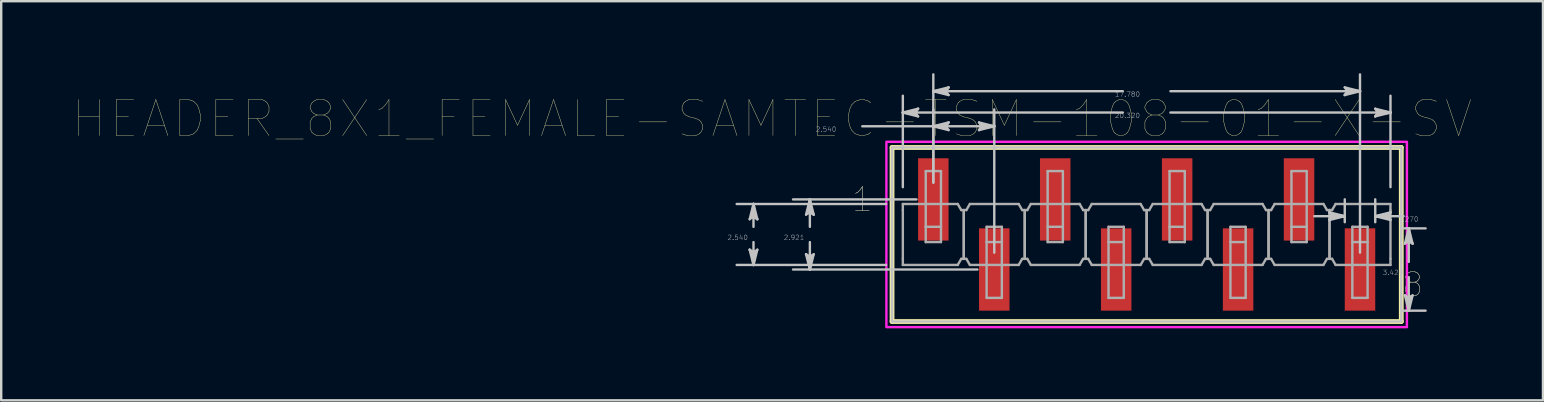
<source format=kicad_pcb>
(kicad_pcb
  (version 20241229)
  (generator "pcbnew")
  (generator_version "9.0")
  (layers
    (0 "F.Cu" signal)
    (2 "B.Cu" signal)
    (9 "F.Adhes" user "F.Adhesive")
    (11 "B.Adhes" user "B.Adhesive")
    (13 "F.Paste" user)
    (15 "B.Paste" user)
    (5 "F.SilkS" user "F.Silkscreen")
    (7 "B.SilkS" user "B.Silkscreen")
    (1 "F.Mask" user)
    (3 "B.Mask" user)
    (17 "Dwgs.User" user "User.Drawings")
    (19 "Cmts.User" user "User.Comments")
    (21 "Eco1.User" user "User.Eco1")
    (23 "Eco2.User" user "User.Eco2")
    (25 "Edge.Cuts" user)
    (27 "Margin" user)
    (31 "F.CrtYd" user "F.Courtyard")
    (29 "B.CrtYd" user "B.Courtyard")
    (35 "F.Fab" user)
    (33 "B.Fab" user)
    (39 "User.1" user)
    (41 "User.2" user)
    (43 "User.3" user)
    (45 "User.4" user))
  (footprint "HEADER_8X1_FEMALE-SAMTEC-TSM-108-01-X-SV"
    (layer "F.Cu")
    (at 44.731 6.72)
    (property "Reference" "HEADER_8X1_FEMALE-SAMTEC-TSM-108-01-X-SV" (at -15.608 -4.814 0) (layer "F.SilkS") (effects (font (size 1.5 1.5) (thickness 0.015))))
    (attr through_hole)
    (fp_poly (pts (xy -9.576 -3.226) (xy -8.204 -3.226) (xy -8.204 0.306) (xy -9.576 0.306)) (stroke (width 0.01) (type solid)) (fill yes) (layer "F.Mask"))
    (fp_poly (pts (xy -7.036 -0.306) (xy -5.664 -0.306) (xy -5.664 3.226) (xy -7.036 3.226)) (stroke (width 0.01) (type solid)) (fill yes) (layer "F.Mask"))
    (fp_poly (pts (xy -4.496 -3.226) (xy -3.124 -3.226) (xy -3.124 0.306) (xy -4.496 0.306)) (stroke (width 0.01) (type solid)) (fill yes) (layer "F.Mask"))
    (fp_poly (pts (xy -1.956 -0.306) (xy -0.584 -0.306) (xy -0.584 3.226) (xy -1.956 3.226)) (stroke (width 0.01) (type solid)) (fill yes) (layer "F.Mask"))
    (fp_poly (pts (xy 0.584 -3.226) (xy 1.956 -3.226) (xy 1.956 0.306) (xy 0.584 0.306)) (stroke (width 0.01) (type solid)) (fill yes) (layer "F.Mask"))
    (fp_poly (pts (xy 3.124 -0.306) (xy 4.496 -0.306) (xy 4.496 3.226) (xy 3.124 3.226)) (stroke (width 0.01) (type solid)) (fill yes) (layer "F.Mask"))
    (fp_poly (pts (xy 5.664 -3.226) (xy 7.036 -3.226) (xy 7.036 0.306) (xy 5.664 0.306)) (stroke (width 0.01) (type solid)) (fill yes) (layer "F.Mask"))
    (fp_poly (pts (xy 8.204 -0.306) (xy 9.576 -0.306) (xy 9.576 3.226) (xy 8.204 3.226)) (stroke (width 0.01) (type solid)) (fill yes) (layer "F.Mask"))
    (fp_line (start -10.61 -3.626) (end -10.61 3.627) (stroke (width 0.2) (type solid)) (layer "F.SilkS"))
    (fp_line (start -10.61 3.627) (end 10.61 3.627) (stroke (width 0.2) (type solid)) (layer "F.SilkS"))
    (fp_line (start 10.61 -3.626) (end -10.61 -3.626) (stroke (width 0.2) (type solid)) (layer "F.SilkS"))
    (fp_line (start 10.61 3.627) (end 10.61 -3.626) (stroke (width 0.2) (type solid)) (layer "F.SilkS"))
    (fp_poly (pts (xy -9.525 -3.175) (xy -8.255 -3.175) (xy -8.255 0.255) (xy -9.525 0.255)) (stroke (width 0.01) (type solid)) (fill yes) (layer "F.Paste"))
    (fp_poly (pts (xy -6.985 -0.255) (xy -5.715 -0.255) (xy -5.715 3.175) (xy -6.985 3.175)) (stroke (width 0.01) (type solid)) (fill yes) (layer "F.Paste"))
    (fp_poly (pts (xy -4.445 -3.175) (xy -3.175 -3.175) (xy -3.175 0.255) (xy -4.445 0.255)) (stroke (width 0.01) (type solid)) (fill yes) (layer "F.Paste"))
    (fp_poly (pts (xy -1.905 -0.255) (xy -0.635 -0.255) (xy -0.635 3.175) (xy -1.905 3.175)) (stroke (width 0.01) (type solid)) (fill yes) (layer "F.Paste"))
    (fp_poly (pts (xy 0.635 -3.175) (xy 1.905 -3.175) (xy 1.905 0.255) (xy 0.635 0.255)) (stroke (width 0.01) (type solid)) (fill yes) (layer "F.Paste"))
    (fp_poly (pts (xy 3.175 -0.255) (xy 4.445 -0.255) (xy 4.445 3.175) (xy 3.175 3.175)) (stroke (width 0.01) (type solid)) (fill yes) (layer "F.Paste"))
    (fp_poly (pts (xy 5.715 -3.175) (xy 6.985 -3.175) (xy 6.985 0.255) (xy 5.715 0.255)) (stroke (width 0.01) (type solid)) (fill yes) (layer "F.Paste"))
    (fp_poly (pts (xy 8.255 -0.255) (xy 9.525 -0.255) (xy 9.525 3.175) (xy 8.255 3.175)) (stroke (width 0.01) (type solid)) (fill yes) (layer "F.Paste"))
    (fp_line (start -16.542 -0.635) (end -16.383 -0.762) (stroke (width 0.1) (type solid)) (layer "Dwgs.User"))
    (fp_line (start -16.542 0.635) (end -16.383 1.27) (stroke (width 0.1) (type solid)) (layer "Dwgs.User"))
    (fp_line (start -16.462 -0.698) (end -16.383 -0.762) (stroke (width 0.1) (type solid)) (layer "Dwgs.User"))
    (fp_line (start -16.462 0.698) (end -16.542 0.635) (stroke (width 0.1) (type solid)) (layer "Dwgs.User"))
    (fp_line (start -16.383 -1.27) (end -16.542 -0.635) (stroke (width 0.1) (type solid)) (layer "Dwgs.User"))
    (fp_line (start -16.383 -1.27) (end -16.462 -0.698) (stroke (width 0.1) (type solid)) (layer "Dwgs.User"))
    (fp_line (start -16.383 -1.27) (end -16.304 -0.698) (stroke (width 0.1) (type solid)) (layer "Dwgs.User"))
    (fp_line (start -16.383 -0.762) (end -16.383 -1.27) (stroke (width 0.1) (type solid)) (layer "Dwgs.User"))
    (fp_line (start -16.383 -0.762) (end -16.224 -0.635) (stroke (width 0.1) (type solid)) (layer "Dwgs.User"))
    (fp_line (start -16.383 -0.318) (end -16.383 -1.27) (stroke (width 0.1) (type solid)) (layer "Dwgs.User"))
    (fp_line (start -16.383 0.318) (end -16.383 1.27) (stroke (width 0.1) (type solid)) (layer "Dwgs.User"))
    (fp_line (start -16.383 0.762) (end -16.542 0.635) (stroke (width 0.1) (type solid)) (layer "Dwgs.User"))
    (fp_line (start -16.383 0.762) (end -16.383 1.27) (stroke (width 0.1) (type solid)) (layer "Dwgs.User"))
    (fp_line (start -16.383 1.27) (end -16.462 0.698) (stroke (width 0.1) (type solid)) (layer "Dwgs.User"))
    (fp_line (start -16.383 1.27) (end -16.304 0.698) (stroke (width 0.1) (type solid)) (layer "Dwgs.User"))
    (fp_line (start -16.383 1.27) (end -16.224 0.635) (stroke (width 0.1) (type solid)) (layer "Dwgs.User"))
    (fp_line (start -16.304 -0.698) (end -16.224 -0.635) (stroke (width 0.1) (type solid)) (layer "Dwgs.User"))
    (fp_line (start -16.304 0.698) (end -16.383 0.762) (stroke (width 0.1) (type solid)) (layer "Dwgs.User"))
    (fp_line (start -16.224 -0.635) (end -16.383 -1.27) (stroke (width 0.1) (type solid)) (layer "Dwgs.User"))
    (fp_line (start -16.224 0.635) (end -16.383 0.762) (stroke (width 0.1) (type solid)) (layer "Dwgs.User"))
    (fp_line (start -14.192 -0.826) (end -14.034 -0.952) (stroke (width 0.1) (type solid)) (layer "Dwgs.User"))
    (fp_line (start -14.192 0.826) (end -14.034 1.46) (stroke (width 0.1) (type solid)) (layer "Dwgs.User"))
    (fp_line (start -14.113 -0.889) (end -14.034 -0.952) (stroke (width 0.1) (type solid)) (layer "Dwgs.User"))
    (fp_line (start -14.113 0.889) (end -14.192 0.826) (stroke (width 0.1) (type solid)) (layer "Dwgs.User"))
    (fp_line (start -14.034 -1.46) (end -14.192 -0.826) (stroke (width 0.1) (type solid)) (layer "Dwgs.User"))
    (fp_line (start -14.034 -1.46) (end -14.113 -0.889) (stroke (width 0.1) (type solid)) (layer "Dwgs.User"))
    (fp_line (start -14.034 -1.46) (end -13.954 -0.889) (stroke (width 0.1) (type solid)) (layer "Dwgs.User"))
    (fp_line (start -14.034 -0.952) (end -14.034 -1.46) (stroke (width 0.1) (type solid)) (layer "Dwgs.User"))
    (fp_line (start -14.034 -0.952) (end -13.875 -0.826) (stroke (width 0.1) (type solid)) (layer "Dwgs.User"))
    (fp_line (start -14.034 -0.318) (end -14.034 -1.46) (stroke (width 0.1) (type solid)) (layer "Dwgs.User"))
    (fp_line (start -14.034 0.318) (end -14.034 1.46) (stroke (width 0.1) (type solid)) (layer "Dwgs.User"))
    (fp_line (start -14.034 0.952) (end -14.192 0.826) (stroke (width 0.1) (type solid)) (layer "Dwgs.User"))
    (fp_line (start -14.034 0.952) (end -14.034 1.46) (stroke (width 0.1) (type solid)) (layer "Dwgs.User"))
    (fp_line (start -14.034 1.46) (end -14.113 0.889) (stroke (width 0.1) (type solid)) (layer "Dwgs.User"))
    (fp_line (start -14.034 1.46) (end -13.954 0.889) (stroke (width 0.1) (type solid)) (layer "Dwgs.User"))
    (fp_line (start -14.034 1.46) (end -13.875 0.826) (stroke (width 0.1) (type solid)) (layer "Dwgs.User"))
    (fp_line (start -13.954 -0.889) (end -13.875 -0.826) (stroke (width 0.1) (type solid)) (layer "Dwgs.User"))
    (fp_line (start -13.954 0.889) (end -14.034 0.952) (stroke (width 0.1) (type solid)) (layer "Dwgs.User"))
    (fp_line (start -13.875 -0.826) (end -14.034 -1.46) (stroke (width 0.1) (type solid)) (layer "Dwgs.User"))
    (fp_line (start -13.875 0.826) (end -14.034 0.952) (stroke (width 0.1) (type solid)) (layer "Dwgs.User"))
    (fp_line (start -11.849 -4.508) (end -8.89 -4.508) (stroke (width 0.1) (type solid)) (layer "Dwgs.User"))
    (fp_line (start -10.861 -1.27) (end -17.084 -1.27) (stroke (width 0.1) (type solid)) (layer "Dwgs.User"))
    (fp_line (start -10.861 1.27) (end -17.084 1.27) (stroke (width 0.1) (type solid)) (layer "Dwgs.User"))
    (fp_line (start -10.61 -3.626) (end -10.61 3.627) (stroke (width 0.1) (type solid)) (layer "Dwgs.User"))
    (fp_line (start -10.61 3.627) (end 10.61 3.627) (stroke (width 0.1) (type solid)) (layer "Dwgs.User"))
    (fp_line (start -10.16 -5.08) (end -9.588 -5.159) (stroke (width 0.1) (type solid)) (layer "Dwgs.User"))
    (fp_line (start -10.16 -5.08) (end -9.588 -5.001) (stroke (width 0.1) (type solid)) (layer "Dwgs.User"))
    (fp_line (start -10.16 -5.08) (end -9.525 -4.921) (stroke (width 0.1) (type solid)) (layer "Dwgs.User"))
    (fp_line (start -10.16 -1.971) (end -10.16 -5.781) (stroke (width 0.1) (type solid)) (layer "Dwgs.User"))
    (fp_line (start -9.652 -5.08) (end -10.16 -5.08) (stroke (width 0.1) (type solid)) (layer "Dwgs.User"))
    (fp_line (start -9.652 -5.08) (end -9.525 -5.239) (stroke (width 0.1) (type solid)) (layer "Dwgs.User"))
    (fp_line (start -9.591 -1.46) (end -14.735 -1.46) (stroke (width 0.1) (type solid)) (layer "Dwgs.User"))
    (fp_line (start -9.588 -5.159) (end -9.525 -5.239) (stroke (width 0.1) (type solid)) (layer "Dwgs.User"))
    (fp_line (start -9.588 -5.001) (end -9.652 -5.08) (stroke (width 0.1) (type solid)) (layer "Dwgs.User"))
    (fp_line (start -9.525 -5.239) (end -10.16 -5.08) (stroke (width 0.1) (type solid)) (layer "Dwgs.User"))
    (fp_line (start -9.525 -4.921) (end -9.652 -5.08) (stroke (width 0.1) (type solid)) (layer "Dwgs.User"))
    (fp_line (start -8.89 -5.969) (end -8.318 -6.048) (stroke (width 0.1) (type solid)) (layer "Dwgs.User"))
    (fp_line (start -8.89 -5.969) (end -8.318 -5.89) (stroke (width 0.1) (type solid)) (layer "Dwgs.User"))
    (fp_line (start -8.89 -5.969) (end -8.255 -5.81) (stroke (width 0.1) (type solid)) (layer "Dwgs.User"))
    (fp_line (start -8.89 -4.508) (end -8.318 -4.588) (stroke (width 0.1) (type solid)) (layer "Dwgs.User"))
    (fp_line (start -8.89 -4.508) (end -8.318 -4.429) (stroke (width 0.1) (type solid)) (layer "Dwgs.User"))
    (fp_line (start -8.89 -4.508) (end -8.255 -4.35) (stroke (width 0.1) (type solid)) (layer "Dwgs.User"))
    (fp_line (start -8.89 -4.508) (end -6.35 -4.508) (stroke (width 0.1) (type solid)) (layer "Dwgs.User"))
    (fp_line (start -8.89 -2.162) (end -8.89 -6.67) (stroke (width 0.1) (type solid)) (layer "Dwgs.User"))
    (fp_line (start -8.89 -2.162) (end -8.89 -5.21) (stroke (width 0.1) (type solid)) (layer "Dwgs.User"))
    (fp_line (start -8.382 -5.969) (end -8.89 -5.969) (stroke (width 0.1) (type solid)) (layer "Dwgs.User"))
    (fp_line (start -8.382 -5.969) (end -8.255 -6.128) (stroke (width 0.1) (type solid)) (layer "Dwgs.User"))
    (fp_line (start -8.382 -4.508) (end -8.89 -4.508) (stroke (width 0.1) (type solid)) (layer "Dwgs.User"))
    (fp_line (start -8.382 -4.508) (end -8.255 -4.667) (stroke (width 0.1) (type solid)) (layer "Dwgs.User"))
    (fp_line (start -8.318 -6.048) (end -8.255 -6.128) (stroke (width 0.1) (type solid)) (layer "Dwgs.User"))
    (fp_line (start -8.318 -5.89) (end -8.382 -5.969) (stroke (width 0.1) (type solid)) (layer "Dwgs.User"))
    (fp_line (start -8.318 -4.588) (end -8.255 -4.667) (stroke (width 0.1) (type solid)) (layer "Dwgs.User"))
    (fp_line (start -8.318 -4.429) (end -8.382 -4.508) (stroke (width 0.1) (type solid)) (layer "Dwgs.User"))
    (fp_line (start -8.255 -6.128) (end -8.89 -5.969) (stroke (width 0.1) (type solid)) (layer "Dwgs.User"))
    (fp_line (start -8.255 -5.81) (end -8.382 -5.969) (stroke (width 0.1) (type solid)) (layer "Dwgs.User"))
    (fp_line (start -8.255 -4.667) (end -8.89 -4.508) (stroke (width 0.1) (type solid)) (layer "Dwgs.User"))
    (fp_line (start -8.255 -4.35) (end -8.382 -4.508) (stroke (width 0.1) (type solid)) (layer "Dwgs.User"))
    (fp_line (start -7.051 1.46) (end -14.735 1.46) (stroke (width 0.1) (type solid)) (layer "Dwgs.User"))
    (fp_line (start -6.985 -4.667) (end -6.858 -4.508) (stroke (width 0.1) (type solid)) (layer "Dwgs.User"))
    (fp_line (start -6.985 -4.35) (end -6.35 -4.508) (stroke (width 0.1) (type solid)) (layer "Dwgs.User"))
    (fp_line (start -6.922 -4.588) (end -6.858 -4.508) (stroke (width 0.1) (type solid)) (layer "Dwgs.User"))
    (fp_line (start -6.922 -4.429) (end -6.985 -4.35) (stroke (width 0.1) (type solid)) (layer "Dwgs.User"))
    (fp_line (start -6.858 -4.508) (end -6.985 -4.35) (stroke (width 0.1) (type solid)) (layer "Dwgs.User"))
    (fp_line (start -6.858 -4.508) (end -6.35 -4.508) (stroke (width 0.1) (type solid)) (layer "Dwgs.User"))
    (fp_line (start -6.35 -4.508) (end -6.985 -4.667) (stroke (width 0.1) (type solid)) (layer "Dwgs.User"))
    (fp_line (start -6.35 -4.508) (end -6.922 -4.588) (stroke (width 0.1) (type solid)) (layer "Dwgs.User"))
    (fp_line (start -6.35 -4.508) (end -6.922 -4.429) (stroke (width 0.1) (type solid)) (layer "Dwgs.User"))
    (fp_line (start -6.35 0.759) (end -6.35 -5.21) (stroke (width 0.1) (type solid)) (layer "Dwgs.User"))
    (fp_line (start -0.991 -5.969) (end -8.89 -5.969) (stroke (width 0.1) (type solid)) (layer "Dwgs.User"))
    (fp_line (start -0.991 -5.08) (end -10.16 -5.08) (stroke (width 0.1) (type solid)) (layer "Dwgs.User"))
    (fp_line (start 0.991 -5.969) (end 8.89 -5.969) (stroke (width 0.1) (type solid)) (layer "Dwgs.User"))
    (fp_line (start 0.991 -5.08) (end 10.16 -5.08) (stroke (width 0.1) (type solid)) (layer "Dwgs.User"))
    (fp_line (start 6.985 -0.762) (end 8.255 -0.762) (stroke (width 0.1) (type solid)) (layer "Dwgs.User"))
    (fp_line (start 7.62 -0.921) (end 7.747 -0.762) (stroke (width 0.1) (type solid)) (layer "Dwgs.User"))
    (fp_line (start 7.62 -0.603) (end 8.255 -0.762) (stroke (width 0.1) (type solid)) (layer "Dwgs.User"))
    (fp_line (start 7.684 -0.841) (end 7.747 -0.762) (stroke (width 0.1) (type solid)) (layer "Dwgs.User"))
    (fp_line (start 7.684 -0.683) (end 7.62 -0.603) (stroke (width 0.1) (type solid)) (layer "Dwgs.User"))
    (fp_line (start 7.747 -0.762) (end 7.62 -0.603) (stroke (width 0.1) (type solid)) (layer "Dwgs.User"))
    (fp_line (start 7.747 -0.762) (end 8.255 -0.762) (stroke (width 0.1) (type solid)) (layer "Dwgs.User"))
    (fp_line (start 8.255 -6.128) (end 8.382 -5.969) (stroke (width 0.1) (type solid)) (layer "Dwgs.User"))
    (fp_line (start 8.255 -5.81) (end 8.89 -5.969) (stroke (width 0.1) (type solid)) (layer "Dwgs.User"))
    (fp_line (start 8.255 -0.762) (end 7.62 -0.921) (stroke (width 0.1) (type solid)) (layer "Dwgs.User"))
    (fp_line (start 8.255 -0.762) (end 7.684 -0.841) (stroke (width 0.1) (type solid)) (layer "Dwgs.User"))
    (fp_line (start 8.255 -0.762) (end 7.684 -0.683) (stroke (width 0.1) (type solid)) (layer "Dwgs.User"))
    (fp_line (start 8.255 -0.511) (end 8.255 -1.463) (stroke (width 0.1) (type solid)) (layer "Dwgs.User"))
    (fp_line (start 8.318 -6.048) (end 8.382 -5.969) (stroke (width 0.1) (type solid)) (layer "Dwgs.User"))
    (fp_line (start 8.318 -5.89) (end 8.255 -5.81) (stroke (width 0.1) (type solid)) (layer "Dwgs.User"))
    (fp_line (start 8.382 -5.969) (end 8.255 -5.81) (stroke (width 0.1) (type solid)) (layer "Dwgs.User"))
    (fp_line (start 8.382 -5.969) (end 8.89 -5.969) (stroke (width 0.1) (type solid)) (layer "Dwgs.User"))
    (fp_line (start 8.89 -5.969) (end 8.255 -6.128) (stroke (width 0.1) (type solid)) (layer "Dwgs.User"))
    (fp_line (start 8.89 -5.969) (end 8.318 -6.048) (stroke (width 0.1) (type solid)) (layer "Dwgs.User"))
    (fp_line (start 8.89 -5.969) (end 8.318 -5.89) (stroke (width 0.1) (type solid)) (layer "Dwgs.User"))
    (fp_line (start 8.89 0.759) (end 8.89 -6.67) (stroke (width 0.1) (type solid)) (layer "Dwgs.User"))
    (fp_line (start 9.525 -5.239) (end 9.652 -5.08) (stroke (width 0.1) (type solid)) (layer "Dwgs.User"))
    (fp_line (start 9.525 -4.921) (end 10.16 -5.08) (stroke (width 0.1) (type solid)) (layer "Dwgs.User"))
    (fp_line (start 9.525 -0.762) (end 10.096 -0.841) (stroke (width 0.1) (type solid)) (layer "Dwgs.User"))
    (fp_line (start 9.525 -0.762) (end 10.096 -0.683) (stroke (width 0.1) (type solid)) (layer "Dwgs.User"))
    (fp_line (start 9.525 -0.762) (end 10.16 -0.603) (stroke (width 0.1) (type solid)) (layer "Dwgs.User"))
    (fp_line (start 9.525 -0.511) (end 9.525 -1.463) (stroke (width 0.1) (type solid)) (layer "Dwgs.User"))
    (fp_line (start 9.588 -5.159) (end 9.652 -5.08) (stroke (width 0.1) (type solid)) (layer "Dwgs.User"))
    (fp_line (start 9.588 -5.001) (end 9.525 -4.921) (stroke (width 0.1) (type solid)) (layer "Dwgs.User"))
    (fp_line (start 9.652 -5.08) (end 9.525 -4.921) (stroke (width 0.1) (type solid)) (layer "Dwgs.User"))
    (fp_line (start 9.652 -5.08) (end 10.16 -5.08) (stroke (width 0.1) (type solid)) (layer "Dwgs.User"))
    (fp_line (start 10.033 -0.762) (end 9.525 -0.762) (stroke (width 0.1) (type solid)) (layer "Dwgs.User"))
    (fp_line (start 10.033 -0.762) (end 10.16 -0.921) (stroke (width 0.1) (type solid)) (layer "Dwgs.User"))
    (fp_line (start 10.096 -0.841) (end 10.16 -0.921) (stroke (width 0.1) (type solid)) (layer "Dwgs.User"))
    (fp_line (start 10.096 -0.683) (end 10.033 -0.762) (stroke (width 0.1) (type solid)) (layer "Dwgs.User"))
    (fp_line (start 10.16 -5.08) (end 9.525 -5.239) (stroke (width 0.1) (type solid)) (layer "Dwgs.User"))
    (fp_line (start 10.16 -5.08) (end 9.588 -5.159) (stroke (width 0.1) (type solid)) (layer "Dwgs.User"))
    (fp_line (start 10.16 -5.08) (end 9.588 -5.001) (stroke (width 0.1) (type solid)) (layer "Dwgs.User"))
    (fp_line (start 10.16 -1.971) (end 10.16 -5.781) (stroke (width 0.1) (type solid)) (layer "Dwgs.User"))
    (fp_line (start 10.16 -0.921) (end 9.525 -0.762) (stroke (width 0.1) (type solid)) (layer "Dwgs.User"))
    (fp_line (start 10.16 -0.603) (end 10.033 -0.762) (stroke (width 0.1) (type solid)) (layer "Dwgs.User"))
    (fp_line (start 10.607 -0.254) (end 11.623 -0.254) (stroke (width 0.1) (type solid)) (layer "Dwgs.User"))
    (fp_line (start 10.607 3.175) (end 11.623 3.175) (stroke (width 0.1) (type solid)) (layer "Dwgs.User"))
    (fp_line (start 10.61 -3.626) (end -10.61 -3.626) (stroke (width 0.1) (type solid)) (layer "Dwgs.User"))
    (fp_line (start 10.61 3.627) (end 10.61 -3.626) (stroke (width 0.1) (type solid)) (layer "Dwgs.User"))
    (fp_line (start 10.706 -0.762) (end 9.525 -0.762) (stroke (width 0.1) (type solid)) (layer "Dwgs.User"))
    (fp_line (start 10.763 0.381) (end 10.922 0.254) (stroke (width 0.1) (type solid)) (layer "Dwgs.User"))
    (fp_line (start 10.763 2.54) (end 10.922 3.175) (stroke (width 0.1) (type solid)) (layer "Dwgs.User"))
    (fp_line (start 10.843 0.318) (end 10.922 0.254) (stroke (width 0.1) (type solid)) (layer "Dwgs.User"))
    (fp_line (start 10.843 2.604) (end 10.763 2.54) (stroke (width 0.1) (type solid)) (layer "Dwgs.User"))
    (fp_line (start 10.922 -0.254) (end 10.763 0.381) (stroke (width 0.1) (type solid)) (layer "Dwgs.User"))
    (fp_line (start 10.922 -0.254) (end 10.843 0.318) (stroke (width 0.1) (type solid)) (layer "Dwgs.User"))
    (fp_line (start 10.922 -0.254) (end 11.001 0.318) (stroke (width 0.1) (type solid)) (layer "Dwgs.User"))
    (fp_line (start 10.922 0.254) (end 10.922 -0.254) (stroke (width 0.1) (type solid)) (layer "Dwgs.User"))
    (fp_line (start 10.922 0.254) (end 11.081 0.381) (stroke (width 0.1) (type solid)) (layer "Dwgs.User"))
    (fp_line (start 10.922 1.143) (end 10.922 -0.254) (stroke (width 0.1) (type solid)) (layer "Dwgs.User"))
    (fp_line (start 10.922 1.778) (end 10.922 3.175) (stroke (width 0.1) (type solid)) (layer "Dwgs.User"))
    (fp_line (start 10.922 2.667) (end 10.763 2.54) (stroke (width 0.1) (type solid)) (layer "Dwgs.User"))
    (fp_line (start 10.922 2.667) (end 10.922 3.175) (stroke (width 0.1) (type solid)) (layer "Dwgs.User"))
    (fp_line (start 10.922 3.175) (end 10.843 2.604) (stroke (width 0.1) (type solid)) (layer "Dwgs.User"))
    (fp_line (start 10.922 3.175) (end 11.001 2.604) (stroke (width 0.1) (type solid)) (layer "Dwgs.User"))
    (fp_line (start 10.922 3.175) (end 11.081 2.54) (stroke (width 0.1) (type solid)) (layer "Dwgs.User"))
    (fp_line (start 11.001 0.318) (end 11.081 0.381) (stroke (width 0.1) (type solid)) (layer "Dwgs.User"))
    (fp_line (start 11.001 2.604) (end 10.922 2.667) (stroke (width 0.1) (type solid)) (layer "Dwgs.User"))
    (fp_line (start 11.081 0.381) (end 10.922 -0.254) (stroke (width 0.1) (type solid)) (layer "Dwgs.User"))
    (fp_line (start 11.081 2.54) (end 10.922 2.667) (stroke (width 0.1) (type solid)) (layer "Dwgs.User"))
    (fp_poly (pts (xy -10.845 3.862) (xy -10.845 -3.861) (xy 10.845 -3.861) (xy 10.845 3.862) (xy -10.845 3.862)) (stroke (width 0.1) (type solid)) (fill no) (layer "F.CrtYd"))
    (fp_line (start -10.16 -1.016) (end -10.16 -1.27) (stroke (width 0.1) (type solid)) (layer "F.Fab"))
    (fp_line (start -10.16 -1.016) (end -10.16 1.016) (stroke (width 0.1) (type solid)) (layer "F.Fab"))
    (fp_line (start -10.16 1.27) (end -10.16 1.016) (stroke (width 0.1) (type solid)) (layer "F.Fab"))
    (fp_line (start -10.16 1.27) (end -7.873 1.27) (stroke (width 0.1) (type solid)) (layer "F.Fab"))
    (fp_line (start -9.206 -2.642) (end -8.571 -2.642) (stroke (width 0.1) (type solid)) (layer "F.Fab"))
    (fp_line (start -9.206 -1.27) (end -9.206 -2.642) (stroke (width 0.1) (type solid)) (layer "F.Fab"))
    (fp_line (start -9.206 -0.318) (end -9.206 -1.27) (stroke (width 0.1) (type solid)) (layer "F.Fab"))
    (fp_line (start -9.206 -0.318) (end -8.571 -0.318) (stroke (width 0.1) (type solid)) (layer "F.Fab"))
    (fp_line (start -9.206 0.318) (end -9.206 -0.318) (stroke (width 0.1) (type solid)) (layer "F.Fab"))
    (fp_line (start -9.206 0.318) (end -8.571 0.318) (stroke (width 0.1) (type solid)) (layer "F.Fab"))
    (fp_line (start -8.571 -1.27) (end -8.571 -2.642) (stroke (width 0.1) (type solid)) (layer "F.Fab"))
    (fp_line (start -8.571 -0.318) (end -8.571 -1.27) (stroke (width 0.1) (type solid)) (layer "F.Fab"))
    (fp_line (start -8.571 -0.318) (end -8.571 0.318) (stroke (width 0.1) (type solid)) (layer "F.Fab"))
    (fp_line (start -7.873 -1.27) (end -10.16 -1.27) (stroke (width 0.1) (type solid)) (layer "F.Fab"))
    (fp_line (start -7.873 -1.27) (end -7.726 -1.016) (stroke (width 0.1) (type solid)) (layer "F.Fab"))
    (fp_line (start -7.726 -1.016) (end -7.62 -1.016) (stroke (width 0.1) (type solid)) (layer "F.Fab"))
    (fp_line (start -7.726 1.016) (end -7.873 1.27) (stroke (width 0.1) (type solid)) (layer "F.Fab"))
    (fp_line (start -7.62 -1.016) (end -7.62 1.016) (stroke (width 0.1) (type solid)) (layer "F.Fab"))
    (fp_line (start -7.62 -1.016) (end -7.514 -1.016) (stroke (width 0.1) (type solid)) (layer "F.Fab"))
    (fp_line (start -7.62 1.016) (end -7.726 1.016) (stroke (width 0.1) (type solid)) (layer "F.Fab"))
    (fp_line (start -7.62 1.016) (end -7.62 -1.016) (stroke (width 0.1) (type solid)) (layer "F.Fab"))
    (fp_line (start -7.514 -1.016) (end -7.367 -1.27) (stroke (width 0.1) (type solid)) (layer "F.Fab"))
    (fp_line (start -7.514 1.016) (end -7.62 1.016) (stroke (width 0.1) (type solid)) (layer "F.Fab"))
    (fp_line (start -7.367 1.27) (end -7.514 1.016) (stroke (width 0.1) (type solid)) (layer "F.Fab"))
    (fp_line (start -7.367 1.27) (end -5.333 1.27) (stroke (width 0.1) (type solid)) (layer "F.Fab"))
    (fp_line (start -6.669 0.318) (end -6.669 -0.318) (stroke (width 0.1) (type solid)) (layer "F.Fab"))
    (fp_line (start -6.669 0.318) (end -6.669 1.27) (stroke (width 0.1) (type solid)) (layer "F.Fab"))
    (fp_line (start -6.669 1.27) (end -6.669 2.642) (stroke (width 0.1) (type solid)) (layer "F.Fab"))
    (fp_line (start -6.034 -0.318) (end -6.669 -0.318) (stroke (width 0.1) (type solid)) (layer "F.Fab"))
    (fp_line (start -6.034 -0.318) (end -6.034 0.318) (stroke (width 0.1) (type solid)) (layer "F.Fab"))
    (fp_line (start -6.034 0.318) (end -6.669 0.318) (stroke (width 0.1) (type solid)) (layer "F.Fab"))
    (fp_line (start -6.034 0.318) (end -6.034 1.27) (stroke (width 0.1) (type solid)) (layer "F.Fab"))
    (fp_line (start -6.034 1.27) (end -6.034 2.642) (stroke (width 0.1) (type solid)) (layer "F.Fab"))
    (fp_line (start -6.034 2.642) (end -6.669 2.642) (stroke (width 0.1) (type solid)) (layer "F.Fab"))
    (fp_line (start -5.333 -1.27) (end -7.367 -1.27) (stroke (width 0.1) (type solid)) (layer "F.Fab"))
    (fp_line (start -5.333 -1.27) (end -5.186 -1.016) (stroke (width 0.1) (type solid)) (layer "F.Fab"))
    (fp_line (start -5.186 -1.016) (end -5.079 -1.016) (stroke (width 0.1) (type solid)) (layer "F.Fab"))
    (fp_line (start -5.186 1.016) (end -5.333 1.27) (stroke (width 0.1) (type solid)) (layer "F.Fab"))
    (fp_line (start -5.081 -1.016) (end -5.081 1.016) (stroke (width 0.1) (type solid)) (layer "F.Fab"))
    (fp_line (start -5.081 -1.016) (end -4.974 -1.016) (stroke (width 0.1) (type solid)) (layer "F.Fab"))
    (fp_line (start -5.079 1.016) (end -5.186 1.016) (stroke (width 0.1) (type solid)) (layer "F.Fab"))
    (fp_line (start -5.079 1.016) (end -5.079 -1.016) (stroke (width 0.1) (type solid)) (layer "F.Fab"))
    (fp_line (start -4.974 -1.016) (end -4.827 -1.27) (stroke (width 0.1) (type solid)) (layer "F.Fab"))
    (fp_line (start -4.974 1.016) (end -5.081 1.016) (stroke (width 0.1) (type solid)) (layer "F.Fab"))
    (fp_line (start -4.827 1.27) (end -4.974 1.016) (stroke (width 0.1) (type solid)) (layer "F.Fab"))
    (fp_line (start -4.827 1.27) (end -2.793 1.27) (stroke (width 0.1) (type solid)) (layer "F.Fab"))
    (fp_line (start -4.126 -2.642) (end -3.491 -2.642) (stroke (width 0.1) (type solid)) (layer "F.Fab"))
    (fp_line (start -4.126 -1.27) (end -4.126 -2.642) (stroke (width 0.1) (type solid)) (layer "F.Fab"))
    (fp_line (start -4.126 -0.318) (end -4.126 -1.27) (stroke (width 0.1) (type solid)) (layer "F.Fab"))
    (fp_line (start -4.126 -0.318) (end -3.491 -0.318) (stroke (width 0.1) (type solid)) (layer "F.Fab"))
    (fp_line (start -4.126 0.318) (end -4.126 -0.318) (stroke (width 0.1) (type solid)) (layer "F.Fab"))
    (fp_line (start -4.126 0.318) (end -3.491 0.318) (stroke (width 0.1) (type solid)) (layer "F.Fab"))
    (fp_line (start -3.491 -1.27) (end -3.491 -2.642) (stroke (width 0.1) (type solid)) (layer "F.Fab"))
    (fp_line (start -3.491 -0.318) (end -3.491 -1.27) (stroke (width 0.1) (type solid)) (layer "F.Fab"))
    (fp_line (start -3.491 -0.318) (end -3.491 0.318) (stroke (width 0.1) (type solid)) (layer "F.Fab"))
    (fp_line (start -2.793 -1.27) (end -4.827 -1.27) (stroke (width 0.1) (type solid)) (layer "F.Fab"))
    (fp_line (start -2.793 -1.27) (end -2.646 -1.016) (stroke (width 0.1) (type solid)) (layer "F.Fab"))
    (fp_line (start -2.646 -1.016) (end -2.54 -1.016) (stroke (width 0.1) (type solid)) (layer "F.Fab"))
    (fp_line (start -2.646 1.016) (end -2.793 1.27) (stroke (width 0.1) (type solid)) (layer "F.Fab"))
    (fp_line (start -2.54 -1.016) (end -2.54 1.016) (stroke (width 0.1) (type solid)) (layer "F.Fab"))
    (fp_line (start -2.54 -1.016) (end -2.434 -1.016) (stroke (width 0.1) (type solid)) (layer "F.Fab"))
    (fp_line (start -2.54 1.016) (end -2.646 1.016) (stroke (width 0.1) (type solid)) (layer "F.Fab"))
    (fp_line (start -2.54 1.016) (end -2.54 -1.016) (stroke (width 0.1) (type solid)) (layer "F.Fab"))
    (fp_line (start -2.434 -1.016) (end -2.287 -1.27) (stroke (width 0.1) (type solid)) (layer "F.Fab"))
    (fp_line (start -2.434 1.016) (end -2.54 1.016) (stroke (width 0.1) (type solid)) (layer "F.Fab"))
    (fp_line (start -2.287 1.27) (end -2.434 1.016) (stroke (width 0.1) (type solid)) (layer "F.Fab"))
    (fp_line (start -2.287 1.27) (end -0.253 1.27) (stroke (width 0.1) (type solid)) (layer "F.Fab"))
    (fp_line (start -1.589 0.318) (end -1.589 -0.318) (stroke (width 0.1) (type solid)) (layer "F.Fab"))
    (fp_line (start -1.589 0.318) (end -1.589 1.27) (stroke (width 0.1) (type solid)) (layer "F.Fab"))
    (fp_line (start -1.589 1.27) (end -1.589 2.642) (stroke (width 0.1) (type solid)) (layer "F.Fab"))
    (fp_line (start -0.954 -0.318) (end -1.589 -0.318) (stroke (width 0.1) (type solid)) (layer "F.Fab"))
    (fp_line (start -0.954 -0.318) (end -0.954 0.318) (stroke (width 0.1) (type solid)) (layer "F.Fab"))
    (fp_line (start -0.954 0.318) (end -1.589 0.318) (stroke (width 0.1) (type solid)) (layer "F.Fab"))
    (fp_line (start -0.954 0.318) (end -0.954 1.27) (stroke (width 0.1) (type solid)) (layer "F.Fab"))
    (fp_line (start -0.954 1.27) (end -0.954 2.642) (stroke (width 0.1) (type solid)) (layer "F.Fab"))
    (fp_line (start -0.954 2.642) (end -1.589 2.642) (stroke (width 0.1) (type solid)) (layer "F.Fab"))
    (fp_line (start -0.253 -1.27) (end -2.287 -1.27) (stroke (width 0.1) (type solid)) (layer "F.Fab"))
    (fp_line (start -0.253 -1.27) (end -0.106 -1.016) (stroke (width 0.1) (type solid)) (layer "F.Fab"))
    (fp_line (start -0.106 -1.016) (end 0.001 -1.016) (stroke (width 0.1) (type solid)) (layer "F.Fab"))
    (fp_line (start -0.106 1.016) (end -0.253 1.27) (stroke (width 0.1) (type solid)) (layer "F.Fab"))
    (fp_line (start -0.001 -1.016) (end -0.001 1.016) (stroke (width 0.1) (type solid)) (layer "F.Fab"))
    (fp_line (start -0.001 -1.016) (end 0.106 -1.016) (stroke (width 0.1) (type solid)) (layer "F.Fab"))
    (fp_line (start 0.001 1.016) (end -0.106 1.016) (stroke (width 0.1) (type solid)) (layer "F.Fab"))
    (fp_line (start 0.001 1.016) (end 0.001 -1.016) (stroke (width 0.1) (type solid)) (layer "F.Fab"))
    (fp_line (start 0.106 -1.016) (end 0.253 -1.27) (stroke (width 0.1) (type solid)) (layer "F.Fab"))
    (fp_line (start 0.106 1.016) (end -0.001 1.016) (stroke (width 0.1) (type solid)) (layer "F.Fab"))
    (fp_line (start 0.253 1.27) (end 0.106 1.016) (stroke (width 0.1) (type solid)) (layer "F.Fab"))
    (fp_line (start 0.253 1.27) (end 2.287 1.27) (stroke (width 0.1) (type solid)) (layer "F.Fab"))
    (fp_line (start 0.954 -2.642) (end 1.589 -2.642) (stroke (width 0.1) (type solid)) (layer "F.Fab"))
    (fp_line (start 0.954 -1.27) (end 0.954 -2.642) (stroke (width 0.1) (type solid)) (layer "F.Fab"))
    (fp_line (start 0.954 -0.318) (end 0.954 -1.27) (stroke (width 0.1) (type solid)) (layer "F.Fab"))
    (fp_line (start 0.954 -0.318) (end 1.589 -0.318) (stroke (width 0.1) (type solid)) (layer "F.Fab"))
    (fp_line (start 0.954 0.318) (end 0.954 -0.318) (stroke (width 0.1) (type solid)) (layer "F.Fab"))
    (fp_line (start 0.954 0.318) (end 1.589 0.318) (stroke (width 0.1) (type solid)) (layer "F.Fab"))
    (fp_line (start 1.589 -1.27) (end 1.589 -2.642) (stroke (width 0.1) (type solid)) (layer "F.Fab"))
    (fp_line (start 1.589 -0.318) (end 1.589 -1.27) (stroke (width 0.1) (type solid)) (layer "F.Fab"))
    (fp_line (start 1.589 -0.318) (end 1.589 0.318) (stroke (width 0.1) (type solid)) (layer "F.Fab"))
    (fp_line (start 2.287 -1.27) (end 0.253 -1.27) (stroke (width 0.1) (type solid)) (layer "F.Fab"))
    (fp_line (start 2.287 -1.27) (end 2.434 -1.016) (stroke (width 0.1) (type solid)) (layer "F.Fab"))
    (fp_line (start 2.434 -1.016) (end 2.54 -1.016) (stroke (width 0.1) (type solid)) (layer "F.Fab"))
    (fp_line (start 2.434 1.016) (end 2.287 1.27) (stroke (width 0.1) (type solid)) (layer "F.Fab"))
    (fp_line (start 2.54 -1.016) (end 2.54 1.016) (stroke (width 0.1) (type solid)) (layer "F.Fab"))
    (fp_line (start 2.54 -1.016) (end 2.646 -1.016) (stroke (width 0.1) (type solid)) (layer "F.Fab"))
    (fp_line (start 2.54 1.016) (end 2.434 1.016) (stroke (width 0.1) (type solid)) (layer "F.Fab"))
    (fp_line (start 2.54 1.016) (end 2.54 -1.016) (stroke (width 0.1) (type solid)) (layer "F.Fab"))
    (fp_line (start 2.646 -1.016) (end 2.793 -1.27) (stroke (width 0.1) (type solid)) (layer "F.Fab"))
    (fp_line (start 2.646 1.016) (end 2.54 1.016) (stroke (width 0.1) (type solid)) (layer "F.Fab"))
    (fp_line (start 2.793 1.27) (end 2.646 1.016) (stroke (width 0.1) (type solid)) (layer "F.Fab"))
    (fp_line (start 2.793 1.27) (end 4.827 1.27) (stroke (width 0.1) (type solid)) (layer "F.Fab"))
    (fp_line (start 3.491 0.318) (end 3.491 -0.318) (stroke (width 0.1) (type solid)) (layer "F.Fab"))
    (fp_line (start 3.491 0.318) (end 3.491 1.27) (stroke (width 0.1) (type solid)) (layer "F.Fab"))
    (fp_line (start 3.491 1.27) (end 3.491 2.642) (stroke (width 0.1) (type solid)) (layer "F.Fab"))
    (fp_line (start 4.126 -0.318) (end 3.491 -0.318) (stroke (width 0.1) (type solid)) (layer "F.Fab"))
    (fp_line (start 4.126 -0.318) (end 4.126 0.318) (stroke (width 0.1) (type solid)) (layer "F.Fab"))
    (fp_line (start 4.126 0.318) (end 3.491 0.318) (stroke (width 0.1) (type solid)) (layer "F.Fab"))
    (fp_line (start 4.126 0.318) (end 4.126 1.27) (stroke (width 0.1) (type solid)) (layer "F.Fab"))
    (fp_line (start 4.126 1.27) (end 4.126 2.642) (stroke (width 0.1) (type solid)) (layer "F.Fab"))
    (fp_line (start 4.126 2.642) (end 3.491 2.642) (stroke (width 0.1) (type solid)) (layer "F.Fab"))
    (fp_line (start 4.827 -1.27) (end 2.793 -1.27) (stroke (width 0.1) (type solid)) (layer "F.Fab"))
    (fp_line (start 4.827 -1.27) (end 4.974 -1.016) (stroke (width 0.1) (type solid)) (layer "F.Fab"))
    (fp_line (start 4.974 -1.016) (end 5.081 -1.016) (stroke (width 0.1) (type solid)) (layer "F.Fab"))
    (fp_line (start 4.974 1.016) (end 4.827 1.27) (stroke (width 0.1) (type solid)) (layer "F.Fab"))
    (fp_line (start 5.079 -1.016) (end 5.079 1.016) (stroke (width 0.1) (type solid)) (layer "F.Fab"))
    (fp_line (start 5.079 -1.016) (end 5.186 -1.016) (stroke (width 0.1) (type solid)) (layer "F.Fab"))
    (fp_line (start 5.081 1.016) (end 4.974 1.016) (stroke (width 0.1) (type solid)) (layer "F.Fab"))
    (fp_line (start 5.081 1.016) (end 5.081 -1.016) (stroke (width 0.1) (type solid)) (layer "F.Fab"))
    (fp_line (start 5.186 -1.016) (end 5.333 -1.27) (stroke (width 0.1) (type solid)) (layer "F.Fab"))
    (fp_line (start 5.186 1.016) (end 5.079 1.016) (stroke (width 0.1) (type solid)) (layer "F.Fab"))
    (fp_line (start 5.333 1.27) (end 5.186 1.016) (stroke (width 0.1) (type solid)) (layer "F.Fab"))
    (fp_line (start 5.333 1.27) (end 7.367 1.27) (stroke (width 0.1) (type solid)) (layer "F.Fab"))
    (fp_line (start 6.034 -2.642) (end 6.669 -2.642) (stroke (width 0.1) (type solid)) (layer "F.Fab"))
    (fp_line (start 6.034 -1.27) (end 6.034 -2.642) (stroke (width 0.1) (type solid)) (layer "F.Fab"))
    (fp_line (start 6.034 -0.318) (end 6.034 -1.27) (stroke (width 0.1) (type solid)) (layer "F.Fab"))
    (fp_line (start 6.034 -0.318) (end 6.669 -0.318) (stroke (width 0.1) (type solid)) (layer "F.Fab"))
    (fp_line (start 6.034 0.318) (end 6.034 -0.318) (stroke (width 0.1) (type solid)) (layer "F.Fab"))
    (fp_line (start 6.034 0.318) (end 6.669 0.318) (stroke (width 0.1) (type solid)) (layer "F.Fab"))
    (fp_line (start 6.669 -1.27) (end 6.669 -2.642) (stroke (width 0.1) (type solid)) (layer "F.Fab"))
    (fp_line (start 6.669 -0.318) (end 6.669 -1.27) (stroke (width 0.1) (type solid)) (layer "F.Fab"))
    (fp_line (start 6.669 -0.318) (end 6.669 0.318) (stroke (width 0.1) (type solid)) (layer "F.Fab"))
    (fp_line (start 7.367 -1.27) (end 5.333 -1.27) (stroke (width 0.1) (type solid)) (layer "F.Fab"))
    (fp_line (start 7.367 -1.27) (end 7.514 -1.016) (stroke (width 0.1) (type solid)) (layer "F.Fab"))
    (fp_line (start 7.514 -1.016) (end 7.62 -1.016) (stroke (width 0.1) (type solid)) (layer "F.Fab"))
    (fp_line (start 7.514 1.016) (end 7.367 1.27) (stroke (width 0.1) (type solid)) (layer "F.Fab"))
    (fp_line (start 7.62 -1.016) (end 7.62 1.016) (stroke (width 0.1) (type solid)) (layer "F.Fab"))
    (fp_line (start 7.62 -1.016) (end 7.726 -1.016) (stroke (width 0.1) (type solid)) (layer "F.Fab"))
    (fp_line (start 7.62 1.016) (end 7.514 1.016) (stroke (width 0.1) (type solid)) (layer "F.Fab"))
    (fp_line (start 7.62 1.016) (end 7.62 -1.016) (stroke (width 0.1) (type solid)) (layer "F.Fab"))
    (fp_line (start 7.726 -1.016) (end 7.873 -1.27) (stroke (width 0.1) (type solid)) (layer "F.Fab"))
    (fp_line (start 7.726 1.016) (end 7.62 1.016) (stroke (width 0.1) (type solid)) (layer "F.Fab"))
    (fp_line (start 7.873 1.27) (end 7.726 1.016) (stroke (width 0.1) (type solid)) (layer "F.Fab"))
    (fp_line (start 7.873 1.27) (end 10.16 1.27) (stroke (width 0.1) (type solid)) (layer "F.Fab"))
    (fp_line (start 8.571 0.318) (end 8.571 -0.318) (stroke (width 0.1) (type solid)) (layer "F.Fab"))
    (fp_line (start 8.571 0.318) (end 8.571 1.27) (stroke (width 0.1) (type solid)) (layer "F.Fab"))
    (fp_line (start 8.571 1.27) (end 8.571 2.642) (stroke (width 0.1) (type solid)) (layer "F.Fab"))
    (fp_line (start 9.206 -0.318) (end 8.571 -0.318) (stroke (width 0.1) (type solid)) (layer "F.Fab"))
    (fp_line (start 9.206 -0.318) (end 9.206 0.318) (stroke (width 0.1) (type solid)) (layer "F.Fab"))
    (fp_line (start 9.206 0.318) (end 8.571 0.318) (stroke (width 0.1) (type solid)) (layer "F.Fab"))
    (fp_line (start 9.206 0.318) (end 9.206 1.27) (stroke (width 0.1) (type solid)) (layer "F.Fab"))
    (fp_line (start 9.206 1.27) (end 9.206 2.642) (stroke (width 0.1) (type solid)) (layer "F.Fab"))
    (fp_line (start 9.206 2.642) (end 8.571 2.642) (stroke (width 0.1) (type solid)) (layer "F.Fab"))
    (fp_line (start 10.16 -1.27) (end 7.873 -1.27) (stroke (width 0.1) (type solid)) (layer "F.Fab"))
    (fp_line (start 10.16 -1.27) (end 10.16 -1.016) (stroke (width 0.1) (type solid)) (layer "F.Fab"))
    (fp_line (start 10.16 1.016) (end 10.16 -1.016) (stroke (width 0.1) (type solid)) (layer "F.Fab"))
    (fp_line (start 10.16 1.016) (end 10.16 1.27) (stroke (width 0.1) (type solid)) (layer "F.Fab"))
    (fp_text user "1" (at -11.846 -1.46 0) (layer "F.SilkS") (effects (font (size 1 1) (thickness 0.015))))
    (fp_text user "8" (at 11.087 2.096 0) (layer "F.SilkS") (effects (font (size 1 1) (thickness 0.015))))
    (fp_text user "2.921" (at -14.694 0.127 0) (layer "Dwgs.User") (effects (font (size 0.2 0.2) (thickness 0.015))))
    (fp_text user "3.429" (at 10.262 1.588 0) (layer "Dwgs.User") (effects (font (size 0.2 0.2) (thickness 0.015))))
    (fp_text user "17.780" (at -0.8 -5.842 0) (layer "Dwgs.User") (effects (font (size 0.2 0.2) (thickness 0.015))))
    (fp_text user "2.540" (at -13.36 -4.382 0) (layer "Dwgs.User") (effects (font (size 0.2 0.2) (thickness 0.015))))
    (fp_text user "1.270" (at 10.897 -0.635 0) (layer "Dwgs.User") (effects (font (size 0.2 0.2) (thickness 0.015))))
    (fp_text user "20.320" (at -0.8 -4.953 0) (layer "Dwgs.User") (effects (font (size 0.2 0.2) (thickness 0.015))))
    (fp_text user "2.540" (at -17.043 0.127 0) (layer "Dwgs.User") (effects (font (size 0.2 0.2) (thickness 0.015))))
    (fp_text user "1" (at -11.846 -1.46 0) (layer "F.Fab") (effects (font (size 1 1) (thickness 0.015))))
    (fp_text user "8" (at 11.087 2.096 0) (layer "F.Fab") (effects (font (size 1 1) (thickness 0.015))))
    (pad "1" smd rect (at -8.89 -1.46) (size 1.27 3.43) (layers "F.Cu" "F.Paste"))
    (pad "2" smd rect (at -6.35 1.46) (size 1.27 3.43) (layers "F.Cu" "F.Paste"))
    (pad "3" smd rect (at -3.81 -1.46) (size 1.27 3.43) (layers "F.Cu" "F.Paste"))
    (pad "4" smd rect (at -1.27 1.46) (size 1.27 3.43) (layers "F.Cu" "F.Paste"))
    (pad "5" smd rect (at 1.27 -1.46) (size 1.27 3.43) (layers "F.Cu" "F.Paste"))
    (pad "6" smd rect (at 3.81 1.46) (size 1.27 3.43) (layers "F.Cu" "F.Paste"))
    (pad "7" smd rect (at 6.35 -1.46) (size 1.27 3.43) (layers "F.Cu" "F.Paste"))
    (pad "8" smd rect (at 8.89 1.46) (size 1.27 3.43) (layers "F.Cu" "F.Paste")))
  (gr_rect
    (start -3 -3)
    (end 61.245 13.632)
    (stroke (width 0.1) (type default))
    (fill no)
    (layer "Edge.Cuts")))
</source>
